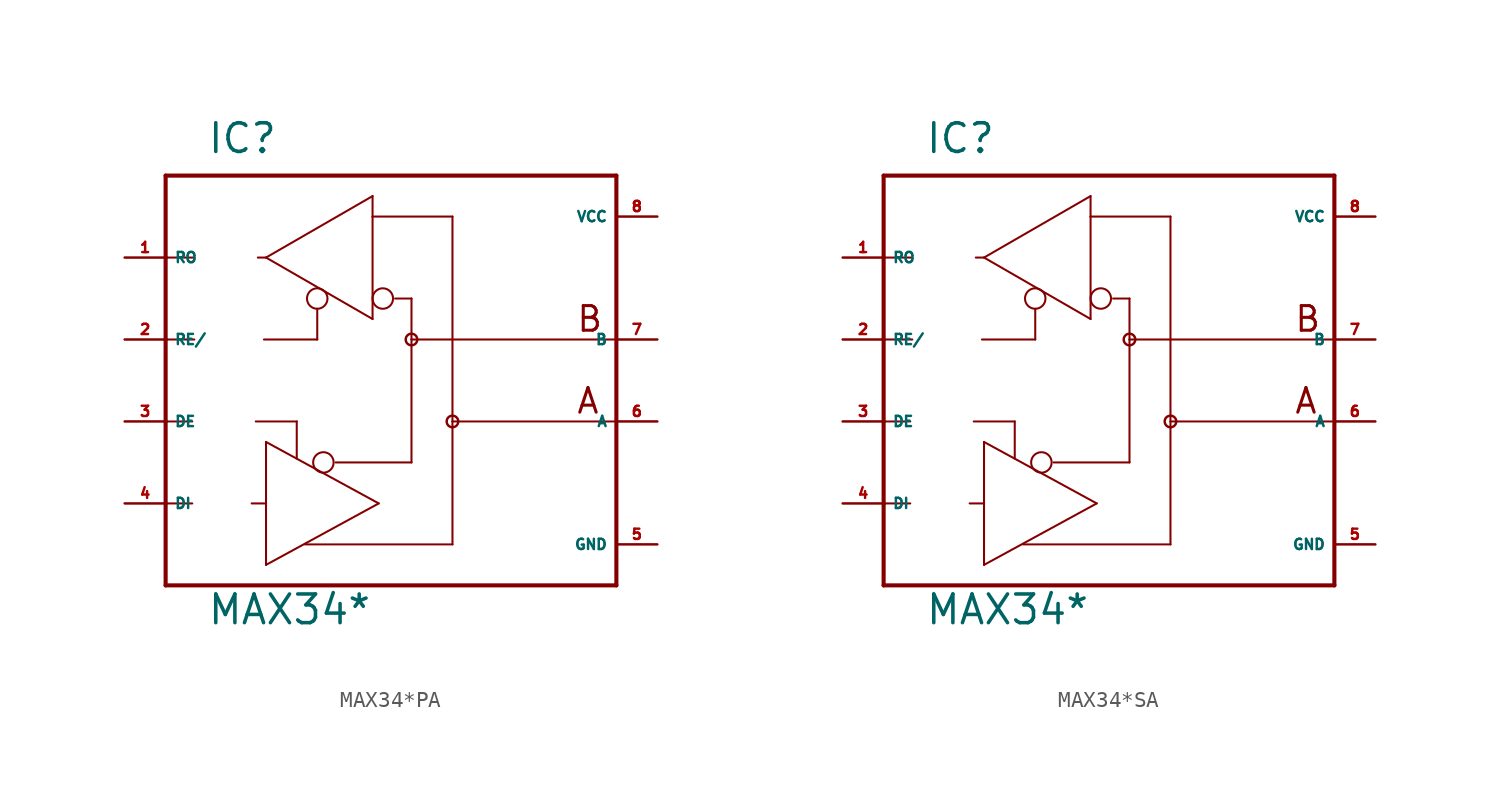
<source format=kicad_sym>
(kicad_symbol_lib
  (version 20220914)
  (generator Eagle2Kicad)
  (symbol "MAX34*PA"
    (property "Reference" "IC"
      (at -7.62 16.51 0)
      (effects (font (size 1.778 1.778) (thickness 0.22)) (justify left bottom)))
    (property "Value" "MAX34*"
      (at -7.62 -12.7 0)
      (effects (font (size 1.778 1.778) (thickness 0.22)) (justify left bottom)))
    (polyline
      (pts (xy -10.16 15.24) (xy 17.78 15.24))
      (stroke (width 0.254) (type default))
      (fill (type none)))
    (polyline
      (pts (xy 17.78 15.24) (xy 17.78 -10.16))
      (stroke (width 0.254) (type default))
      (fill (type none)))
    (polyline
      (pts (xy 17.78 -10.16) (xy -10.16 -10.16))
      (stroke (width 0.254) (type default))
      (fill (type none)))
    (polyline
      (pts (xy 17.653 5.08) (xy 5.08 5.08))
      (stroke (width 0.127) (type default))
      (fill (type none)))
    (polyline
      (pts (xy 5.08 5.08) (xy 5.08 -2.54))
      (stroke (width 0.127) (type default))
      (fill (type none)))
    (polyline
      (pts (xy 7.62 0) (xy 17.653 0))
      (stroke (width 0.127) (type default))
      (fill (type none)))
    (polyline
      (pts (xy 5.08 7.62) (xy 5.08 5.08))
      (stroke (width 0.127) (type default))
      (fill (type none)))
    (polyline
      (pts (xy -10.16 5.08) (xy -10.16 10.16))
      (stroke (width 0.254) (type default))
      (fill (type none)))
    (polyline
      (pts (xy -10.16 10.16) (xy -10.16 15.24))
      (stroke (width 0.254) (type default))
      (fill (type none)))
    (polyline
      (pts (xy 2.667 13.97) (xy 2.667 12.7))
      (stroke (width 0.127) (type default))
      (fill (type none)))
    (polyline
      (pts (xy 2.667 12.7) (xy 2.667 6.35))
      (stroke (width 0.127) (type default))
      (fill (type none)))
    (polyline
      (pts (xy 2.667 6.35) (xy -3.937 10.16))
      (stroke (width 0.127) (type default))
      (fill (type none)))
    (polyline
      (pts (xy -3.937 10.16) (xy 2.667 13.97))
      (stroke (width 0.127) (type default))
      (fill (type none)))
    (polyline
      (pts (xy -4.064 5.08) (xy -0.762 5.08))
      (stroke (width 0.127) (type default))
      (fill (type none)))
    (polyline
      (pts (xy -0.762 5.08) (xy -0.762 6.985))
      (stroke (width 0.127) (type default))
      (fill (type none)))
    (polyline
      (pts (xy 2.667 12.7) (xy 7.62 12.7))
      (stroke (width 0.127) (type default))
      (fill (type none)))
    (polyline
      (pts (xy 7.62 12.7) (xy 7.62 0))
      (stroke (width 0.127) (type default))
      (fill (type none)))
    (polyline
      (pts (xy 5.08 7.62) (xy 4.064 7.62))
      (stroke (width 0.127) (type default))
      (fill (type none)))
    (polyline
      (pts (xy -10.16 10.16) (xy -8.382 10.16))
      (stroke (width 0.127) (type default))
      (fill (type none)))
    (polyline
      (pts (xy -4.445 10.16) (xy -3.937 10.16))
      (stroke (width 0.127) (type default))
      (fill (type none)))
    (polyline
      (pts (xy -10.16 5.08) (xy -8.382 5.08))
      (stroke (width 0.127) (type default))
      (fill (type none)))
    (polyline
      (pts (xy -10.16 5.08) (xy -10.16 0))
      (stroke (width 0.254) (type default))
      (fill (type none)))
    (polyline
      (pts (xy -10.16 0) (xy -10.16 -5.08))
      (stroke (width 0.254) (type default))
      (fill (type none)))
    (polyline
      (pts (xy -10.16 -5.08) (xy -10.16 -10.16))
      (stroke (width 0.254) (type default))
      (fill (type none)))
    (polyline
      (pts (xy -3.937 -8.89) (xy -3.937 -5.08))
      (stroke (width 0.127) (type default))
      (fill (type none)))
    (polyline
      (pts (xy -3.937 -5.08) (xy -3.937 -1.27))
      (stroke (width 0.127) (type default))
      (fill (type none)))
    (polyline
      (pts (xy -3.937 -1.27) (xy 3.048 -5.08))
      (stroke (width 0.127) (type default))
      (fill (type none)))
    (polyline
      (pts (xy 3.048 -5.08) (xy -3.937 -8.89))
      (stroke (width 0.127) (type default))
      (fill (type none)))
    (polyline
      (pts (xy -4.572 0) (xy -2.032 0))
      (stroke (width 0.127) (type default))
      (fill (type none)))
    (polyline
      (pts (xy -2.032 0) (xy -2.032 -2.286))
      (stroke (width 0.127) (type default))
      (fill (type none)))
    (polyline
      (pts (xy -10.16 -5.08) (xy -8.509 -5.08))
      (stroke (width 0.127) (type default))
      (fill (type none)))
    (polyline
      (pts (xy -4.826 -5.08) (xy -3.937 -5.08))
      (stroke (width 0.127) (type default))
      (fill (type none)))
    (polyline
      (pts (xy -10.16 0) (xy -8.509 0))
      (stroke (width 0.127) (type default))
      (fill (type none)))
    (polyline
      (pts (xy -1.524 -7.62) (xy 7.62 -7.62))
      (stroke (width 0.127) (type default))
      (fill (type none)))
    (polyline
      (pts (xy 7.62 -7.62) (xy 7.62 0))
      (stroke (width 0.127) (type default))
      (fill (type none)))
    (polyline
      (pts (xy 0.381 -2.54) (xy 5.08 -2.54))
      (stroke (width 0.127) (type default))
      (fill (type none)))
    (text "A"
      (at 15.24 0.381 0)
      (effects (font (size 1.524 1.524) (thickness 0.19)) (justify left bottom)))
    (text "B"
      (at 15.24 5.461 0)
      (effects (font (size 1.524 1.524) (thickness 0.19)) (justify left bottom)))
    (circle
      (center 7.62 0)
      (radius 0.359)
      (stroke (width 0) (type default))
      (fill (type none)))
    (circle
      (center 5.08 5.08)
      (radius 0.359)
      (stroke (width 0) (type default))
      (fill (type none)))
    (circle
      (center -0.762 7.62)
      (radius 0.635)
      (stroke (width 0.127) (type default))
      (fill (type none)))
    (circle
      (center 3.302 7.62)
      (radius 0.635)
      (stroke (width 0.127) (type default))
      (fill (type none)))
    (circle
      (center -0.381 -2.54)
      (radius 0.635)
      (stroke (width 0.127) (type default))
      (fill (type none)))
    (pin passive line
      (at 20.32 5.08 180)
      (length 2.54)
      (name "B" (effects (font (size 0.635 0.635) (thickness 0.08)) (justify left bottom)))
      (number "7" (effects (font (size 0.635 0.635) (thickness 0.08)) (justify left bottom))))
    (pin passive line
      (at 20.32 0 180)
      (length 2.54)
      (name "A" (effects (font (size 0.635 0.635) (thickness 0.08)) (justify left bottom)))
      (number "6" (effects (font (size 0.635 0.635) (thickness 0.08)) (justify left bottom))))
    (pin unspecified line
      (at 20.32 -7.62 180)
      (length 2.54)
      (name "GND" (effects (font (size 0.635 0.635) (thickness 0.08)) (justify left bottom)))
      (number "5" (effects (font (size 0.635 0.635) (thickness 0.08)) (justify left bottom))))
    (pin unspecified line
      (at 20.32 12.7 180)
      (length 2.54)
      (name "VCC" (effects (font (size 0.635 0.635) (thickness 0.08)) (justify left bottom)))
      (number "8" (effects (font (size 0.635 0.635) (thickness 0.08)) (justify left bottom))))
    (pin output line
      (at -12.7 10.16 0)
      (length 2.54)
      (name "RO" (effects (font (size 0.635 0.635) (thickness 0.08)) (justify left bottom)))
      (number "1" (effects (font (size 0.635 0.635) (thickness 0.08)) (justify left bottom))))
    (pin input line
      (at -12.7 5.08 0)
      (length 2.54)
      (name "RE/" (effects (font (size 0.635 0.635) (thickness 0.08)) (justify left bottom)))
      (number "2" (effects (font (size 0.635 0.635) (thickness 0.08)) (justify left bottom))))
    (pin input line
      (at -12.7 0 0)
      (length 2.54)
      (name "DE" (effects (font (size 0.635 0.635) (thickness 0.08)) (justify left bottom)))
      (number "3" (effects (font (size 0.635 0.635) (thickness 0.08)) (justify left bottom))))
    (pin input line
      (at -12.7 -5.08 0)
      (length 2.54)
      (name "DI" (effects (font (size 0.635 0.635) (thickness 0.08)) (justify left bottom)))
      (number "4" (effects (font (size 0.635 0.635) (thickness 0.08)) (justify left bottom)))))
  (symbol "MAX34*SA"
    (property "Reference" "IC"
      (at -7.62 16.51 0)
      (effects (font (size 1.778 1.778) (thickness 0.22)) (justify left bottom)))
    (property "Value" "MAX34*"
      (at -7.62 -12.7 0)
      (effects (font (size 1.778 1.778) (thickness 0.22)) (justify left bottom)))
    (polyline
      (pts (xy -10.16 15.24) (xy 17.78 15.24))
      (stroke (width 0.254) (type default))
      (fill (type none)))
    (polyline
      (pts (xy 17.78 15.24) (xy 17.78 -10.16))
      (stroke (width 0.254) (type default))
      (fill (type none)))
    (polyline
      (pts (xy 17.78 -10.16) (xy -10.16 -10.16))
      (stroke (width 0.254) (type default))
      (fill (type none)))
    (polyline
      (pts (xy 17.653 5.08) (xy 5.08 5.08))
      (stroke (width 0.127) (type default))
      (fill (type none)))
    (polyline
      (pts (xy 5.08 5.08) (xy 5.08 -2.54))
      (stroke (width 0.127) (type default))
      (fill (type none)))
    (polyline
      (pts (xy 7.62 0) (xy 17.653 0))
      (stroke (width 0.127) (type default))
      (fill (type none)))
    (polyline
      (pts (xy 5.08 7.62) (xy 5.08 5.08))
      (stroke (width 0.127) (type default))
      (fill (type none)))
    (polyline
      (pts (xy -10.16 5.08) (xy -10.16 10.16))
      (stroke (width 0.254) (type default))
      (fill (type none)))
    (polyline
      (pts (xy -10.16 10.16) (xy -10.16 15.24))
      (stroke (width 0.254) (type default))
      (fill (type none)))
    (polyline
      (pts (xy 2.667 13.97) (xy 2.667 12.7))
      (stroke (width 0.127) (type default))
      (fill (type none)))
    (polyline
      (pts (xy 2.667 12.7) (xy 2.667 6.35))
      (stroke (width 0.127) (type default))
      (fill (type none)))
    (polyline
      (pts (xy 2.667 6.35) (xy -3.937 10.16))
      (stroke (width 0.127) (type default))
      (fill (type none)))
    (polyline
      (pts (xy -3.937 10.16) (xy 2.667 13.97))
      (stroke (width 0.127) (type default))
      (fill (type none)))
    (polyline
      (pts (xy -4.064 5.08) (xy -0.762 5.08))
      (stroke (width 0.127) (type default))
      (fill (type none)))
    (polyline
      (pts (xy -0.762 5.08) (xy -0.762 6.985))
      (stroke (width 0.127) (type default))
      (fill (type none)))
    (polyline
      (pts (xy 2.667 12.7) (xy 7.62 12.7))
      (stroke (width 0.127) (type default))
      (fill (type none)))
    (polyline
      (pts (xy 7.62 12.7) (xy 7.62 0))
      (stroke (width 0.127) (type default))
      (fill (type none)))
    (polyline
      (pts (xy 5.08 7.62) (xy 4.064 7.62))
      (stroke (width 0.127) (type default))
      (fill (type none)))
    (polyline
      (pts (xy -10.16 10.16) (xy -8.382 10.16))
      (stroke (width 0.127) (type default))
      (fill (type none)))
    (polyline
      (pts (xy -4.445 10.16) (xy -3.937 10.16))
      (stroke (width 0.127) (type default))
      (fill (type none)))
    (polyline
      (pts (xy -10.16 5.08) (xy -8.382 5.08))
      (stroke (width 0.127) (type default))
      (fill (type none)))
    (polyline
      (pts (xy -10.16 5.08) (xy -10.16 0))
      (stroke (width 0.254) (type default))
      (fill (type none)))
    (polyline
      (pts (xy -10.16 0) (xy -10.16 -5.08))
      (stroke (width 0.254) (type default))
      (fill (type none)))
    (polyline
      (pts (xy -10.16 -5.08) (xy -10.16 -10.16))
      (stroke (width 0.254) (type default))
      (fill (type none)))
    (polyline
      (pts (xy -3.937 -8.89) (xy -3.937 -5.08))
      (stroke (width 0.127) (type default))
      (fill (type none)))
    (polyline
      (pts (xy -3.937 -5.08) (xy -3.937 -1.27))
      (stroke (width 0.127) (type default))
      (fill (type none)))
    (polyline
      (pts (xy -3.937 -1.27) (xy 3.048 -5.08))
      (stroke (width 0.127) (type default))
      (fill (type none)))
    (polyline
      (pts (xy 3.048 -5.08) (xy -3.937 -8.89))
      (stroke (width 0.127) (type default))
      (fill (type none)))
    (polyline
      (pts (xy -4.572 0) (xy -2.032 0))
      (stroke (width 0.127) (type default))
      (fill (type none)))
    (polyline
      (pts (xy -2.032 0) (xy -2.032 -2.286))
      (stroke (width 0.127) (type default))
      (fill (type none)))
    (polyline
      (pts (xy -10.16 -5.08) (xy -8.509 -5.08))
      (stroke (width 0.127) (type default))
      (fill (type none)))
    (polyline
      (pts (xy -4.826 -5.08) (xy -3.937 -5.08))
      (stroke (width 0.127) (type default))
      (fill (type none)))
    (polyline
      (pts (xy -10.16 0) (xy -8.509 0))
      (stroke (width 0.127) (type default))
      (fill (type none)))
    (polyline
      (pts (xy -1.524 -7.62) (xy 7.62 -7.62))
      (stroke (width 0.127) (type default))
      (fill (type none)))
    (polyline
      (pts (xy 7.62 -7.62) (xy 7.62 0))
      (stroke (width 0.127) (type default))
      (fill (type none)))
    (polyline
      (pts (xy 0.381 -2.54) (xy 5.08 -2.54))
      (stroke (width 0.127) (type default))
      (fill (type none)))
    (text "A"
      (at 15.24 0.381 0)
      (effects (font (size 1.524 1.524) (thickness 0.19)) (justify left bottom)))
    (text "B"
      (at 15.24 5.461 0)
      (effects (font (size 1.524 1.524) (thickness 0.19)) (justify left bottom)))
    (circle
      (center 7.62 0)
      (radius 0.359)
      (stroke (width 0) (type default))
      (fill (type none)))
    (circle
      (center 5.08 5.08)
      (radius 0.359)
      (stroke (width 0) (type default))
      (fill (type none)))
    (circle
      (center -0.762 7.62)
      (radius 0.635)
      (stroke (width 0.127) (type default))
      (fill (type none)))
    (circle
      (center 3.302 7.62)
      (radius 0.635)
      (stroke (width 0.127) (type default))
      (fill (type none)))
    (circle
      (center -0.381 -2.54)
      (radius 0.635)
      (stroke (width 0.127) (type default))
      (fill (type none)))
    (pin passive line
      (at 20.32 5.08 180)
      (length 2.54)
      (name "B" (effects (font (size 0.635 0.635) (thickness 0.08)) (justify left bottom)))
      (number "7" (effects (font (size 0.635 0.635) (thickness 0.08)) (justify left bottom))))
    (pin passive line
      (at 20.32 0 180)
      (length 2.54)
      (name "A" (effects (font (size 0.635 0.635) (thickness 0.08)) (justify left bottom)))
      (number "6" (effects (font (size 0.635 0.635) (thickness 0.08)) (justify left bottom))))
    (pin unspecified line
      (at 20.32 -7.62 180)
      (length 2.54)
      (name "GND" (effects (font (size 0.635 0.635) (thickness 0.08)) (justify left bottom)))
      (number "5" (effects (font (size 0.635 0.635) (thickness 0.08)) (justify left bottom))))
    (pin unspecified line
      (at 20.32 12.7 180)
      (length 2.54)
      (name "VCC" (effects (font (size 0.635 0.635) (thickness 0.08)) (justify left bottom)))
      (number "8" (effects (font (size 0.635 0.635) (thickness 0.08)) (justify left bottom))))
    (pin output line
      (at -12.7 10.16 0)
      (length 2.54)
      (name "RO" (effects (font (size 0.635 0.635) (thickness 0.08)) (justify left bottom)))
      (number "1" (effects (font (size 0.635 0.635) (thickness 0.08)) (justify left bottom))))
    (pin input line
      (at -12.7 5.08 0)
      (length 2.54)
      (name "RE/" (effects (font (size 0.635 0.635) (thickness 0.08)) (justify left bottom)))
      (number "2" (effects (font (size 0.635 0.635) (thickness 0.08)) (justify left bottom))))
    (pin input line
      (at -12.7 0 0)
      (length 2.54)
      (name "DE" (effects (font (size 0.635 0.635) (thickness 0.08)) (justify left bottom)))
      (number "3" (effects (font (size 0.635 0.635) (thickness 0.08)) (justify left bottom))))
    (pin input line
      (at -12.7 -5.08 0)
      (length 2.54)
      (name "DI" (effects (font (size 0.635 0.635) (thickness 0.08)) (justify left bottom)))
      (number "4" (effects (font (size 0.635 0.635) (thickness 0.08)) (justify left bottom))))))
</source>
